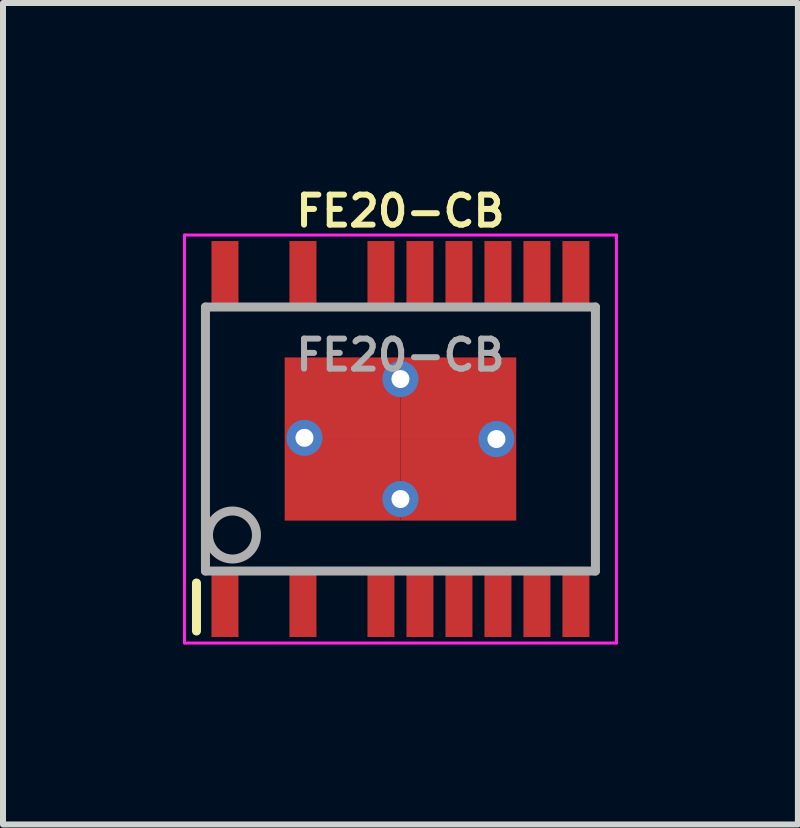
<source format=kicad_pcb>
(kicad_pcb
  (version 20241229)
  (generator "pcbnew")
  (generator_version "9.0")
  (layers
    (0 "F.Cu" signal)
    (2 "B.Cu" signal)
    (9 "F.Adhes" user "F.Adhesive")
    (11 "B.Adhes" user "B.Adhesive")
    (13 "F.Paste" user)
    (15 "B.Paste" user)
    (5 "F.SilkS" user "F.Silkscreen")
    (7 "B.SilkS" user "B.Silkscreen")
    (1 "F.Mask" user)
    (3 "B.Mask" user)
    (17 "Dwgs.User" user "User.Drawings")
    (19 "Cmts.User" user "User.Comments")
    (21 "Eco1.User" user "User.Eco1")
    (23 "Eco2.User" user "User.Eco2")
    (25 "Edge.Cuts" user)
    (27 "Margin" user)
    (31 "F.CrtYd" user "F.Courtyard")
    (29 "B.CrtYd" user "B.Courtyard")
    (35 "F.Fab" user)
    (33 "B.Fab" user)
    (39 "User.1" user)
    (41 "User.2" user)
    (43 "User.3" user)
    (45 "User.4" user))
  (footprint "FE20-CB"
    (layer "F.Cu")
    (at 3.625 4.268)
    (property "Reference" "FE20-CB" (at 0 -3.8 0) (layer "F.SilkS") (effects (font (size 0.5 0.5) (thickness 0.1))))
    (attr smd)
    (fp_line (start -3.4 2.4) (end -3.4 3.2) (stroke (width 0.15) (type solid)) (layer "F.SilkS"))
    (fp_line (start -3.4 3.2) (end -3.4 3.2) (stroke (width 0.05) (type solid)) (layer "F.SilkS"))
    (fp_line (start -3.6 -3.4) (end 3.6 -3.4) (stroke (width 0.05) (type solid)) (layer "F.CrtYd"))
    (fp_line (start -3.6 3.4) (end -3.6 -3.4) (stroke (width 0.05) (type solid)) (layer "F.CrtYd"))
    (fp_line (start -3.6 3.4) (end 3.6 3.4) (stroke (width 0.05) (type solid)) (layer "F.CrtYd"))
    (fp_line (start 3.6 3.4) (end 3.6 -3.4) (stroke (width 0.05) (type solid)) (layer "F.CrtYd"))
    (fp_line (start -3.25 -2.2) (end 3.25 -2.2) (stroke (width 0.15) (type solid)) (layer "F.Fab"))
    (fp_line (start -3.25 2.2) (end -3.25 -2.2) (stroke (width 0.15) (type solid)) (layer "F.Fab"))
    (fp_line (start 3.25 -2.2) (end 3.25 2.2) (stroke (width 0.15) (type solid)) (layer "F.Fab"))
    (fp_line (start 3.25 2.2) (end -3.25 2.2) (stroke (width 0.15) (type solid)) (layer "F.Fab"))
    (fp_circle (center -2.8 1.6) (end -3.2 1.6) (stroke (width 0.15) (type solid)) (fill no) (layer "F.Fab"))
    (fp_text user "${REFERENCE}" (at 0 -1.4 0) (layer "F.Fab") (effects (font (size 0.5 0.5) (thickness 0.1))))
    (pad "1" smd rect (at -2.925 2.775 90) (size 1.05 0.45) (layers "F.Cu" "F.Mask" "F.Paste"))
    (pad "3" smd rect (at -1.625 2.775 90) (size 1.05 0.45) (layers "F.Cu" "F.Mask" "F.Paste"))
    (pad "5" smd rect (at -0.325 2.775 90) (size 1.05 0.45) (layers "F.Cu" "F.Mask" "F.Paste"))
    (pad "6" smd rect (at 0.325 2.775 90) (size 1.05 0.45) (layers "F.Cu" "F.Mask" "F.Paste"))
    (pad "7" smd rect (at 0.975 2.775 90) (size 1.05 0.45) (layers "F.Cu" "F.Mask" "F.Paste"))
    (pad "8" smd rect (at 1.625 2.775 90) (size 1.05 0.45) (layers "F.Cu" "F.Mask" "F.Paste"))
    (pad "9" smd rect (at 2.275 2.775 90) (size 1.05 0.45) (layers "F.Cu" "F.Mask" "F.Paste"))
    (pad "10" smd rect (at 2.925 2.775 90) (size 1.05 0.45) (layers "F.Cu" "F.Mask" "F.Paste"))
    (pad "11" smd rect (at 2.925 -2.775 90) (size 1.05 0.45) (layers "F.Cu" "F.Mask" "F.Paste"))
    (pad "12" smd rect (at 2.275 -2.775 90) (size 1.05 0.45) (layers "F.Cu" "F.Mask" "F.Paste"))
    (pad "13" smd rect (at 1.625 -2.775 90) (size 1.05 0.45) (layers "F.Cu" "F.Mask" "F.Paste"))
    (pad "14" smd rect (at 0.975 -2.775 90) (size 1.05 0.45) (layers "F.Cu" "F.Mask" "F.Paste"))
    (pad "15" smd rect (at 0.325 -2.775 90) (size 1.05 0.45) (layers "F.Cu" "F.Mask" "F.Paste"))
    (pad "16" smd rect (at -0.325 -2.775 90) (size 1.05 0.45) (layers "F.Cu" "F.Mask" "F.Paste"))
    (pad "18" smd rect (at -1.625 -2.775 90) (size 1.05 0.45) (layers "F.Cu" "F.Mask" "F.Paste"))
    (pad "20" smd rect (at -2.925 -2.775 90) (size 1.05 0.45) (layers "F.Cu" "F.Mask" "F.Paste"))
    (pad "21" thru_hole circle (at -1.6 -0.02) (size 0.6 0.6) (drill 0.3) (layers "*.Cu" "F.Mask"))
    (pad "21" smd rect (at -0.965 -0.68) (size 1.93 1.36) (layers "F.Cu" "F.Mask" "F.Paste"))
    (pad "21" smd rect (at -0.965 0.68) (size 1.93 1.36) (layers "F.Cu" "F.Mask" "F.Paste"))
    (pad "21" thru_hole circle (at 0 -1) (size 0.6 0.6) (drill 0.3) (layers "*.Cu" "F.Mask"))
    (pad "21" thru_hole circle (at 0 1) (size 0.6 0.6) (drill 0.3) (layers "*.Cu" "F.Mask"))
    (pad "21" smd rect (at 0.965 -0.68) (size 1.93 1.36) (layers "F.Cu" "F.Mask" "F.Paste"))
    (pad "21" smd rect (at 0.965 0.68) (size 1.93 1.36) (layers "F.Cu" "F.Mask" "F.Paste"))
    (pad "21" thru_hole circle (at 1.6 0) (size 0.6 0.6) (drill 0.3) (layers "*.Cu" "F.Mask")))
  (gr_rect
    (start -3 -3)
    (end 10.25 10.693)
    (stroke (width 0.1) (type default))
    (fill no)
    (layer "Edge.Cuts")))
</source>
